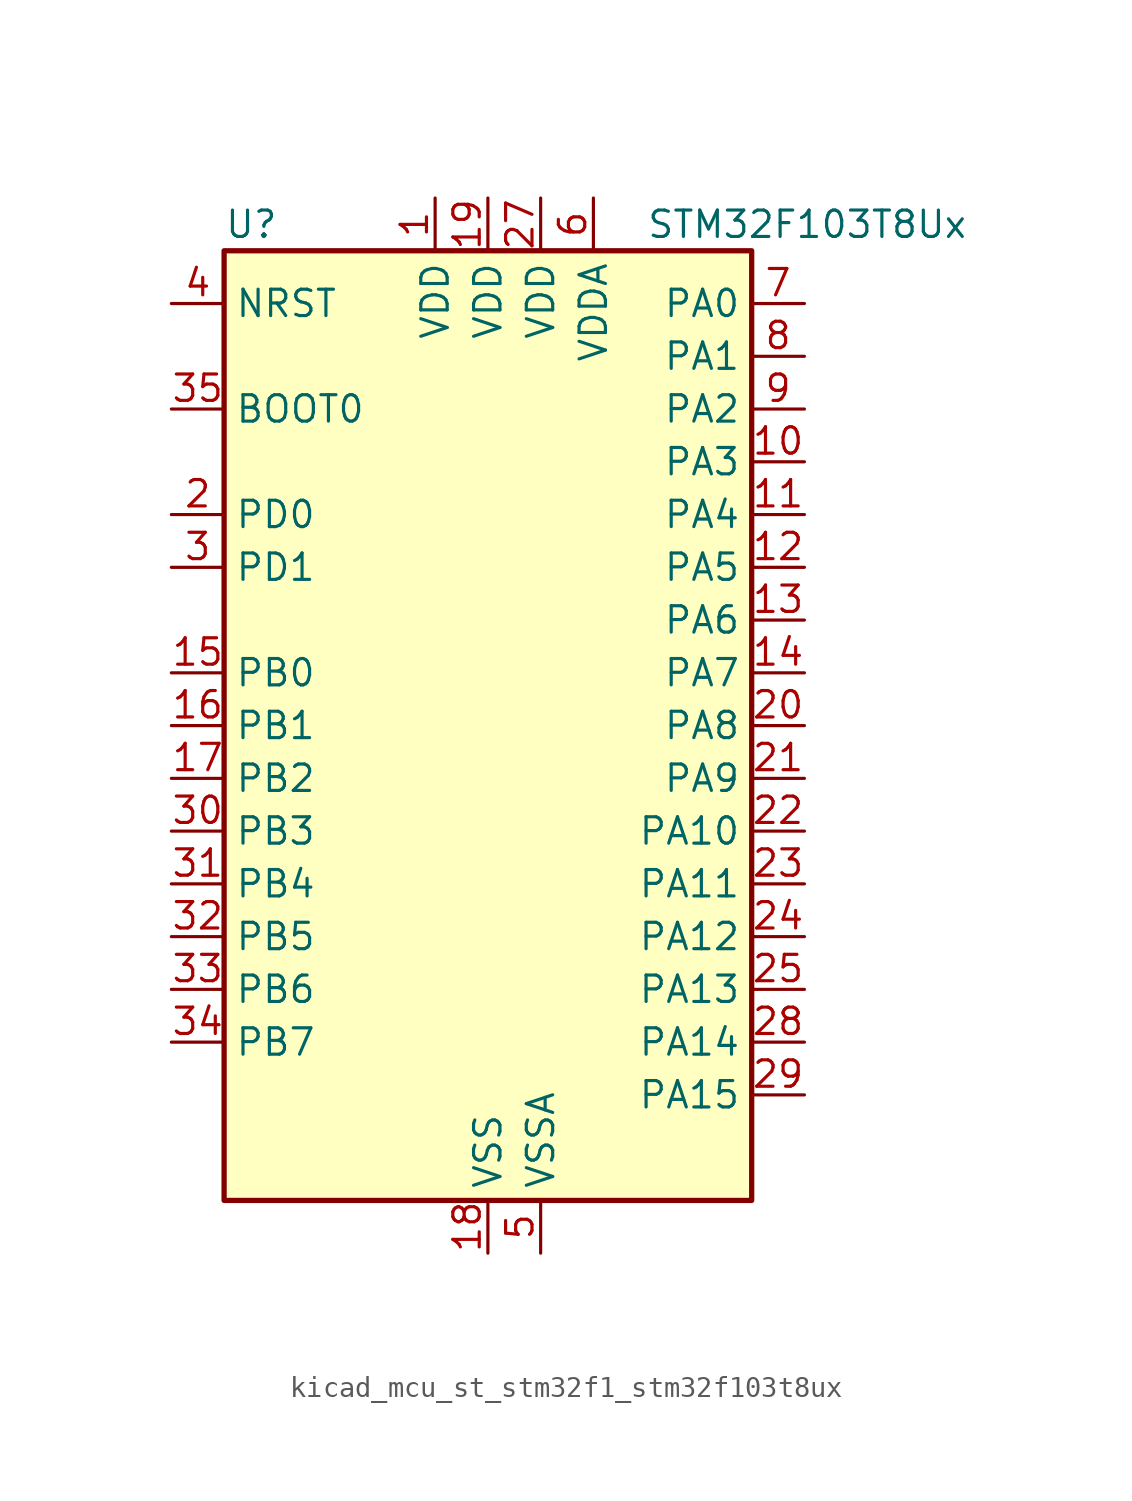
<source format=kicad_sym>
(kicad_symbol_lib
  (version 20220914)
  (generator kicad_symbol_editor)
  (symbol "kicad_mcu_st_stm32f1_stm32f103t8ux"
    (property "Reference" "U"
      (at -12.7 24.13 0)
      (effects (font (size 1.27 1.27)) (justify left)))
    (property "Value" "STM32F103T8Ux"
      (at 7.62 24.13 0)
      (effects (font (size 1.27 1.27)) (justify left)))
    (property "ki_locked" ""
      (at 0 0 0)
      (effects (font (size 1.27 1.27))))
    (symbol "kicad_mcu_st_stm32f1_stm32f103t8ux_0_1"
      (rectangle (start -12.7 -22.86) (end 12.7 22.86) (stroke (width 0.254) (type default)) (fill (type background))))
    (symbol "kicad_mcu_st_stm32f1_stm32f103t8ux_1_1"
      (pin power_in line (at -2.54 25.4 270) (length 2.54) (name "VDD" (effects (font (size 1.27 1.27)))) (number "1" (effects (font (size 1.27 1.27)))))
      (pin bidirectional line (at 15.24 12.7 180) (length 2.54) (name "PA3" (effects (font (size 1.27 1.27)))) (number "10" (effects (font (size 1.27 1.27)))) (alternate "ADC1_IN3" bidirectional line) (alternate "ADC2_IN3" bidirectional line) (alternate "TIM2_CH4" bidirectional line) (alternate "USART2_RX" bidirectional line))
      (pin bidirectional line (at 15.24 10.16 180) (length 2.54) (name "PA4" (effects (font (size 1.27 1.27)))) (number "11" (effects (font (size 1.27 1.27)))) (alternate "ADC1_IN4" bidirectional line) (alternate "ADC2_IN4" bidirectional line) (alternate "SPI1_NSS" bidirectional line) (alternate "USART2_CK" bidirectional line))
      (pin bidirectional line (at 15.24 7.62 180) (length 2.54) (name "PA5" (effects (font (size 1.27 1.27)))) (number "12" (effects (font (size 1.27 1.27)))) (alternate "ADC1_IN5" bidirectional line) (alternate "ADC2_IN5" bidirectional line) (alternate "SPI1_SCK" bidirectional line))
      (pin bidirectional line (at 15.24 5.08 180) (length 2.54) (name "PA6" (effects (font (size 1.27 1.27)))) (number "13" (effects (font (size 1.27 1.27)))) (alternate "ADC1_IN6" bidirectional line) (alternate "ADC2_IN6" bidirectional line) (alternate "SPI1_MISO" bidirectional line) (alternate "TIM1_BKIN" bidirectional line) (alternate "TIM3_CH1" bidirectional line))
      (pin bidirectional line (at 15.24 2.54 180) (length 2.54) (name "PA7" (effects (font (size 1.27 1.27)))) (number "14" (effects (font (size 1.27 1.27)))) (alternate "ADC1_IN7" bidirectional line) (alternate "ADC2_IN7" bidirectional line) (alternate "SPI1_MOSI" bidirectional line) (alternate "TIM1_CH1N" bidirectional line) (alternate "TIM3_CH2" bidirectional line))
      (pin bidirectional line (at -15.24 2.54 0) (length 2.54) (name "PB0" (effects (font (size 1.27 1.27)))) (number "15" (effects (font (size 1.27 1.27)))) (alternate "ADC1_IN8" bidirectional line) (alternate "ADC2_IN8" bidirectional line) (alternate "TIM1_CH2N" bidirectional line) (alternate "TIM3_CH3" bidirectional line))
      (pin bidirectional line (at -15.24 0 0) (length 2.54) (name "PB1" (effects (font (size 1.27 1.27)))) (number "16" (effects (font (size 1.27 1.27)))) (alternate "ADC1_IN9" bidirectional line) (alternate "ADC2_IN9" bidirectional line) (alternate "TIM1_CH3N" bidirectional line) (alternate "TIM3_CH4" bidirectional line))
      (pin bidirectional line (at -15.24 -2.54 0) (length 2.54) (name "PB2" (effects (font (size 1.27 1.27)))) (number "17" (effects (font (size 1.27 1.27)))))
      (pin power_in line (at 0 -25.4 90) (length 2.54) (name "VSS" (effects (font (size 1.27 1.27)))) (number "18" (effects (font (size 1.27 1.27)))))
      (pin power_in line (at 0 25.4 270) (length 2.54) (name "VDD" (effects (font (size 1.27 1.27)))) (number "19" (effects (font (size 1.27 1.27)))))
      (pin bidirectional line (at -15.24 10.16 0) (length 2.54) (name "PD0" (effects (font (size 1.27 1.27)))) (number "2" (effects (font (size 1.27 1.27)))) (alternate "RCC_OSC_IN" bidirectional line))
      (pin bidirectional line (at 15.24 0 180) (length 2.54) (name "PA8" (effects (font (size 1.27 1.27)))) (number "20" (effects (font (size 1.27 1.27)))) (alternate "RCC_MCO" bidirectional line) (alternate "TIM1_CH1" bidirectional line) (alternate "USART1_CK" bidirectional line))
      (pin bidirectional line (at 15.24 -2.54 180) (length 2.54) (name "PA9" (effects (font (size 1.27 1.27)))) (number "21" (effects (font (size 1.27 1.27)))) (alternate "TIM1_CH2" bidirectional line) (alternate "USART1_TX" bidirectional line))
      (pin bidirectional line (at 15.24 -5.08 180) (length 2.54) (name "PA10" (effects (font (size 1.27 1.27)))) (number "22" (effects (font (size 1.27 1.27)))) (alternate "TIM1_CH3" bidirectional line) (alternate "USART1_RX" bidirectional line))
      (pin bidirectional line (at 15.24 -7.62 180) (length 2.54) (name "PA11" (effects (font (size 1.27 1.27)))) (number "23" (effects (font (size 1.27 1.27)))) (alternate "ADC1_EXTI11" bidirectional line) (alternate "ADC2_EXTI11" bidirectional line) (alternate "CAN_RX" bidirectional line) (alternate "TIM1_CH4" bidirectional line) (alternate "USART1_CTS" bidirectional line) (alternate "USB_DM" bidirectional line))
      (pin bidirectional line (at 15.24 -10.16 180) (length 2.54) (name "PA12" (effects (font (size 1.27 1.27)))) (number "24" (effects (font (size 1.27 1.27)))) (alternate "CAN_TX" bidirectional line) (alternate "TIM1_ETR" bidirectional line) (alternate "USART1_RTS" bidirectional line) (alternate "USB_DP" bidirectional line))
      (pin bidirectional line (at 15.24 -12.7 180) (length 2.54) (name "PA13" (effects (font (size 1.27 1.27)))) (number "25" (effects (font (size 1.27 1.27)))) (alternate "SYS_JTMS-SWDIO" bidirectional line))
      (pin passive line (at 0 -25.4 90) (length 2.54) hide (name "VSS" (effects (font (size 1.27 1.27)))) (number "26" (effects (font (size 1.27 1.27)))))
      (pin power_in line (at 2.54 25.4 270) (length 2.54) (name "VDD" (effects (font (size 1.27 1.27)))) (number "27" (effects (font (size 1.27 1.27)))))
      (pin bidirectional line (at 15.24 -15.24 180) (length 2.54) (name "PA14" (effects (font (size 1.27 1.27)))) (number "28" (effects (font (size 1.27 1.27)))) (alternate "SYS_JTCK-SWCLK" bidirectional line))
      (pin bidirectional line (at 15.24 -17.78 180) (length 2.54) (name "PA15" (effects (font (size 1.27 1.27)))) (number "29" (effects (font (size 1.27 1.27)))) (alternate "ADC1_EXTI15" bidirectional line) (alternate "ADC2_EXTI15" bidirectional line) (alternate "SPI1_NSS" bidirectional line) (alternate "SYS_JTDI" bidirectional line) (alternate "TIM2_CH1" bidirectional line) (alternate "TIM2_ETR" bidirectional line))
      (pin bidirectional line (at -15.24 7.62 0) (length 2.54) (name "PD1" (effects (font (size 1.27 1.27)))) (number "3" (effects (font (size 1.27 1.27)))) (alternate "RCC_OSC_OUT" bidirectional line))
      (pin bidirectional line (at -15.24 -5.08 0) (length 2.54) (name "PB3" (effects (font (size 1.27 1.27)))) (number "30" (effects (font (size 1.27 1.27)))) (alternate "SPI1_SCK" bidirectional line) (alternate "SYS_JTDO-TRACESWO" bidirectional line) (alternate "TIM2_CH2" bidirectional line))
      (pin bidirectional line (at -15.24 -7.62 0) (length 2.54) (name "PB4" (effects (font (size 1.27 1.27)))) (number "31" (effects (font (size 1.27 1.27)))) (alternate "SPI1_MISO" bidirectional line) (alternate "SYS_NJTRST" bidirectional line) (alternate "TIM3_CH1" bidirectional line))
      (pin bidirectional line (at -15.24 -10.16 0) (length 2.54) (name "PB5" (effects (font (size 1.27 1.27)))) (number "32" (effects (font (size 1.27 1.27)))) (alternate "I2C1_SMBA" bidirectional line) (alternate "SPI1_MOSI" bidirectional line) (alternate "TIM3_CH2" bidirectional line))
      (pin bidirectional line (at -15.24 -12.7 0) (length 2.54) (name "PB6" (effects (font (size 1.27 1.27)))) (number "33" (effects (font (size 1.27 1.27)))) (alternate "I2C1_SCL" bidirectional line) (alternate "TIM4_CH1" bidirectional line) (alternate "USART1_TX" bidirectional line))
      (pin bidirectional line (at -15.24 -15.24 0) (length 2.54) (name "PB7" (effects (font (size 1.27 1.27)))) (number "34" (effects (font (size 1.27 1.27)))) (alternate "I2C1_SDA" bidirectional line) (alternate "TIM4_CH2" bidirectional line) (alternate "USART1_RX" bidirectional line))
      (pin input line (at -15.24 15.24 0) (length 2.54) (name "BOOT0" (effects (font (size 1.27 1.27)))) (number "35" (effects (font (size 1.27 1.27)))))
      (pin passive line (at 0 -25.4 90) (length 2.54) hide (name "VSS" (effects (font (size 1.27 1.27)))) (number "36" (effects (font (size 1.27 1.27)))))
      (pin passive line (at 0 -25.4 90) (length 2.54) hide (name "VSS" (effects (font (size 1.27 1.27)))) (number "37" (effects (font (size 1.27 1.27)))))
      (pin input line (at -15.24 20.32 0) (length 2.54) (name "NRST" (effects (font (size 1.27 1.27)))) (number "4" (effects (font (size 1.27 1.27)))))
      (pin power_in line (at 2.54 -25.4 90) (length 2.54) (name "VSSA" (effects (font (size 1.27 1.27)))) (number "5" (effects (font (size 1.27 1.27)))))
      (pin power_in line (at 5.08 25.4 270) (length 2.54) (name "VDDA" (effects (font (size 1.27 1.27)))) (number "6" (effects (font (size 1.27 1.27)))))
      (pin bidirectional line (at 15.24 20.32 180) (length 2.54) (name "PA0" (effects (font (size 1.27 1.27)))) (number "7" (effects (font (size 1.27 1.27)))) (alternate "ADC1_IN0" bidirectional line) (alternate "ADC2_IN0" bidirectional line) (alternate "SYS_WKUP" bidirectional line) (alternate "TIM2_CH1" bidirectional line) (alternate "TIM2_ETR" bidirectional line) (alternate "USART2_CTS" bidirectional line))
      (pin bidirectional line (at 15.24 17.78 180) (length 2.54) (name "PA1" (effects (font (size 1.27 1.27)))) (number "8" (effects (font (size 1.27 1.27)))) (alternate "ADC1_IN1" bidirectional line) (alternate "ADC2_IN1" bidirectional line) (alternate "TIM2_CH2" bidirectional line) (alternate "USART2_RTS" bidirectional line))
      (pin bidirectional line (at 15.24 15.24 180) (length 2.54) (name "PA2" (effects (font (size 1.27 1.27)))) (number "9" (effects (font (size 1.27 1.27)))) (alternate "ADC1_IN2" bidirectional line) (alternate "ADC2_IN2" bidirectional line) (alternate "TIM2_CH3" bidirectional line) (alternate "USART2_TX" bidirectional line)))))
</source>
